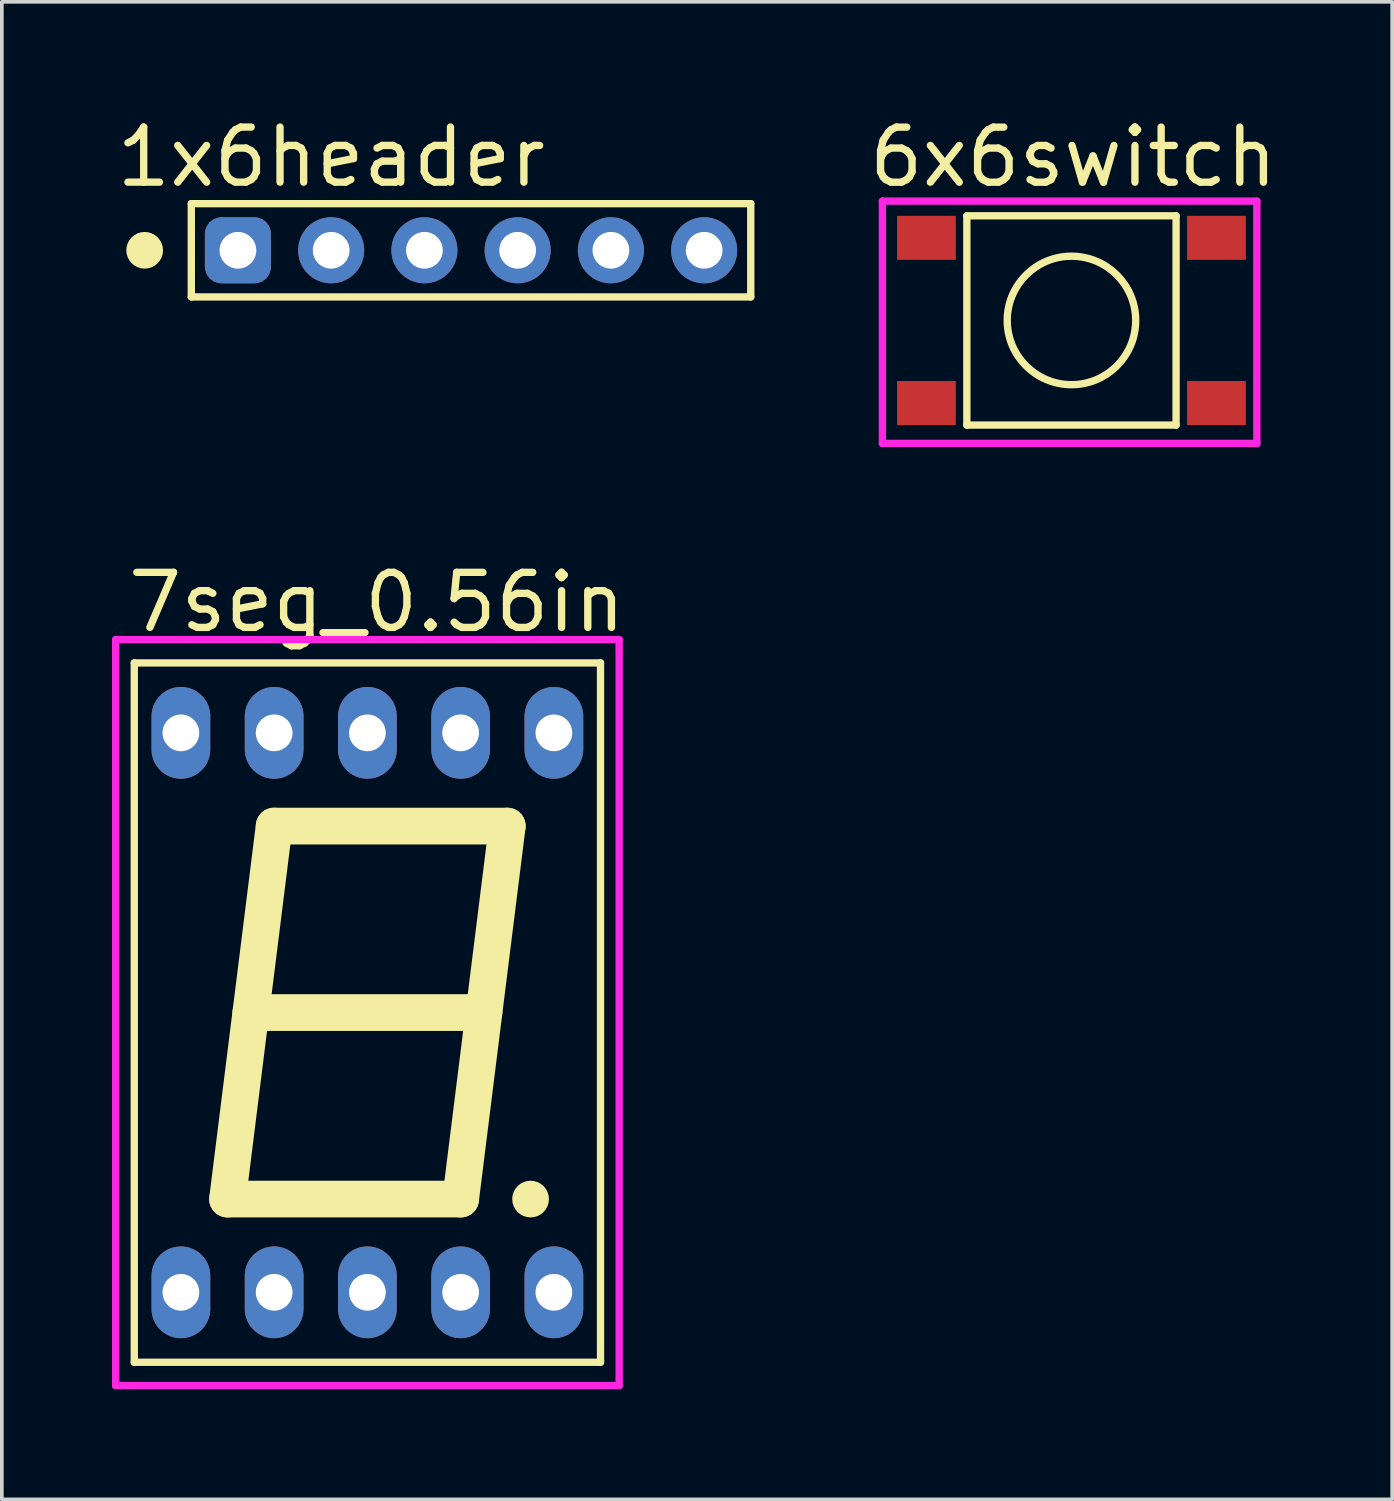
<source format=kicad_pcb>
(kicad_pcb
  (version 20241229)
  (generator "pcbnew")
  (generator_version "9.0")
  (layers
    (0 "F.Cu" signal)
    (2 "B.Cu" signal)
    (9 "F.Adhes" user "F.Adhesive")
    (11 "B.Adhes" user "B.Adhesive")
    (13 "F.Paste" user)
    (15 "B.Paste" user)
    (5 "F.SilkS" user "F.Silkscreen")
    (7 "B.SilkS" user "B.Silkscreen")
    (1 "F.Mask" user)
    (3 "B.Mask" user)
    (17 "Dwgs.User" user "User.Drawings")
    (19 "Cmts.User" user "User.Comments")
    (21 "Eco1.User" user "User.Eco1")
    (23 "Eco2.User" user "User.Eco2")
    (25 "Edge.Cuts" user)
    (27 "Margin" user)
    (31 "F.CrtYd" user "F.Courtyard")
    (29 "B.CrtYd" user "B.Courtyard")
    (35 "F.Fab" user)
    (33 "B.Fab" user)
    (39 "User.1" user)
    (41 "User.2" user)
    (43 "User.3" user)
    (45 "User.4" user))
  (footprint "7seg_0.56in"
    (layer "F.Cu")
    (at 1.878 32.153)
    (property "Reference" "7seg_0.56in" (at 5.334 -18.796 0) (layer "F.SilkS") (effects (font (size 1.5 1.5) (thickness 0.2))))
    (attr through_hole)
    (fp_line (start -1.27 -17.145) (end 11.43 -17.145) (stroke (width 0.2) (type solid)) (layer "F.SilkS"))
    (fp_line (start -1.27 1.905) (end -1.27 -17.145) (stroke (width 0.2) (type solid)) (layer "F.SilkS"))
    (fp_line (start -1.27 1.905) (end 11.43 1.905) (stroke (width 0.2) (type solid)) (layer "F.SilkS"))
    (fp_line (start 1.27 -2.54) (end 7.62 -2.54) (stroke (width 1) (type solid)) (layer "F.SilkS"))
    (fp_line (start 1.905 -7.62) (end 8.255 -7.62) (stroke (width 1) (type solid)) (layer "F.SilkS"))
    (fp_line (start 2.54 -12.7) (end 1.27 -2.54) (stroke (width 1) (type solid)) (layer "F.SilkS"))
    (fp_line (start 7.62 -2.54) (end 8.89 -12.7) (stroke (width 1) (type solid)) (layer "F.SilkS"))
    (fp_line (start 8.89 -12.7) (end 2.54 -12.7) (stroke (width 1) (type solid)) (layer "F.SilkS"))
    (fp_line (start 11.43 -17.145) (end 11.43 1.905) (stroke (width 0.2) (type solid)) (layer "F.SilkS"))
    (fp_circle (center 9.525 -2.54) (end 9.775 -2.54) (stroke (width 0.5) (type solid)) (fill no) (layer "F.SilkS"))
    (fp_line (start -1.778 -17.78) (end 11.938 -17.78) (stroke (width 0.2) (type solid)) (layer "F.CrtYd"))
    (fp_line (start -1.778 2.54) (end -1.778 -17.78) (stroke (width 0.2) (type solid)) (layer "F.CrtYd"))
    (fp_line (start 11.938 -17.78) (end 11.938 2.54) (stroke (width 0.2) (type solid)) (layer "F.CrtYd"))
    (fp_line (start 11.938 2.54) (end -1.778 2.54) (stroke (width 0.2) (type solid)) (layer "F.CrtYd"))
    (pad "1" thru_hole oval (at 0 0) (size 1.6 2.5) (drill 1) (layers "*.Cu" "*.Mask"))
    (pad "2" thru_hole oval (at 2.54 0) (size 1.6 2.5) (drill 1) (layers "*.Cu" "*.Mask"))
    (pad "3" thru_hole oval (at 5.08 0) (size 1.6 2.5) (drill 1) (layers "*.Cu" "*.Mask"))
    (pad "4" thru_hole oval (at 7.62 0) (size 1.6 2.5) (drill 1) (layers "*.Cu" "*.Mask"))
    (pad "5" thru_hole oval (at 10.16 0) (size 1.6 2.5) (drill 1) (layers "*.Cu" "*.Mask"))
    (pad "6" thru_hole oval (at 10.16 -15.24) (size 1.6 2.5) (drill 1) (layers "*.Cu" "*.Mask"))
    (pad "7" thru_hole oval (at 7.62 -15.24) (size 1.6 2.5) (drill 1) (layers "*.Cu" "*.Mask"))
    (pad "8" thru_hole oval (at 5.08 -15.24) (size 1.6 2.5) (drill 1) (layers "*.Cu" "*.Mask"))
    (pad "9" thru_hole oval (at 2.54 -15.24) (size 1.6 2.5) (drill 1) (layers "*.Cu" "*.Mask"))
    (pad "10" thru_hole oval (at 0 -15.24) (size 1.6 2.5) (drill 1) (layers "*.Cu" "*.Mask")))
  (footprint "1x6header"
    (layer "F.Cu")
    (at 3.431 3.768)
    (property "Reference" "1x6header" (at 2.54 -2.54 0) (layer "F.SilkS") (effects (font (size 1.5 1.5) (thickness 0.2))))
    (attr through_hole)
    (fp_line (start -1.27 -1.27) (end 13.97 -1.27) (stroke (width 0.2) (type solid)) (layer "F.SilkS"))
    (fp_line (start -1.27 1.27) (end -1.27 -1.27) (stroke (width 0.2) (type solid)) (layer "F.SilkS"))
    (fp_line (start 13.97 -1.27) (end 13.97 1.27) (stroke (width 0.2) (type solid)) (layer "F.SilkS"))
    (fp_line (start 13.97 1.27) (end -1.27 1.27) (stroke (width 0.2) (type solid)) (layer "F.SilkS"))
    (fp_circle (center -2.54 0) (end -2.29 0) (stroke (width 0.5) (type solid)) (fill no) (layer "F.SilkS"))
    (pad "1" thru_hole roundrect (at 0 0) (size 1.8 1.8) (drill 1) (layers "*.Cu" "*.Mask") (roundrect_rratio 0.25))
    (pad "2" thru_hole circle (at 2.54 0) (size 1.8 1.8) (drill 1) (layers "*.Cu" "*.Mask"))
    (pad "3" thru_hole circle (at 5.08 0) (size 1.8 1.8) (drill 1) (layers "*.Cu" "*.Mask"))
    (pad "4" thru_hole circle (at 7.62 0) (size 1.8 1.8) (drill 1) (layers "*.Cu" "*.Mask"))
    (pad "5" thru_hole circle (at 10.16 0) (size 1.8 1.8) (drill 1) (layers "*.Cu" "*.Mask"))
    (pad "6" thru_hole circle (at 12.7 0) (size 1.8 1.8) (drill 1) (layers "*.Cu" "*.Mask")))
  (footprint "6x6switch"
    (layer "F.Cu")
    (at 22.187 3.429)
    (property "Reference" "6x6switch" (at 4 -2.2 0) (layer "F.SilkS") (effects (font (size 1.5 1.5) (thickness 0.2))))
    (attr through_hole)
    (fp_line (start 1.1 -0.6) (end 6.8 -0.6) (stroke (width 0.2) (type solid)) (layer "F.SilkS"))
    (fp_line (start 1.1 5.1) (end 1.1 -0.6) (stroke (width 0.2) (type solid)) (layer "F.SilkS"))
    (fp_line (start 6.8 -0.6) (end 6.8 5.1) (stroke (width 0.2) (type solid)) (layer "F.SilkS"))
    (fp_line (start 6.8 5.1) (end 1.1 5.1) (stroke (width 0.2) (type solid)) (layer "F.SilkS"))
    (fp_circle (center 3.95 2.25) (end 5.7 2.25) (stroke (width 0.2) (type solid)) (fill no) (layer "F.SilkS"))
    (fp_line (start -1.2 -1) (end 9 -1) (stroke (width 0.2) (type solid)) (layer "F.CrtYd"))
    (fp_line (start -1.2 5.6) (end -1.2 -1) (stroke (width 0.2) (type solid)) (layer "F.CrtYd"))
    (fp_line (start 9 -1) (end 9 5.6) (stroke (width 0.2) (type solid)) (layer "F.CrtYd"))
    (fp_line (start 9 5.6) (end -1.2 5.6) (stroke (width 0.2) (type solid)) (layer "F.CrtYd"))
    (pad "1" smd rect (at 0 0) (size 1.6 1.2) (layers "F.Cu" "F.Mask" "F.Paste"))
    (pad "2" smd rect (at 7.9 0) (size 1.6 1.2) (layers "F.Cu" "F.Mask" "F.Paste"))
    (pad "3" smd rect (at 0 4.5) (size 1.6 1.2) (layers "F.Cu" "F.Mask" "F.Paste"))
    (pad "4" smd rect (at 7.9 4.5) (size 1.6 1.2) (layers "F.Cu" "F.Mask" "F.Paste")))
  (gr_rect
    (start -3 -3)
    (end 34.873 37.793)
    (stroke (width 0.1) (type default))
    (fill no)
    (layer "Edge.Cuts")))
</source>
